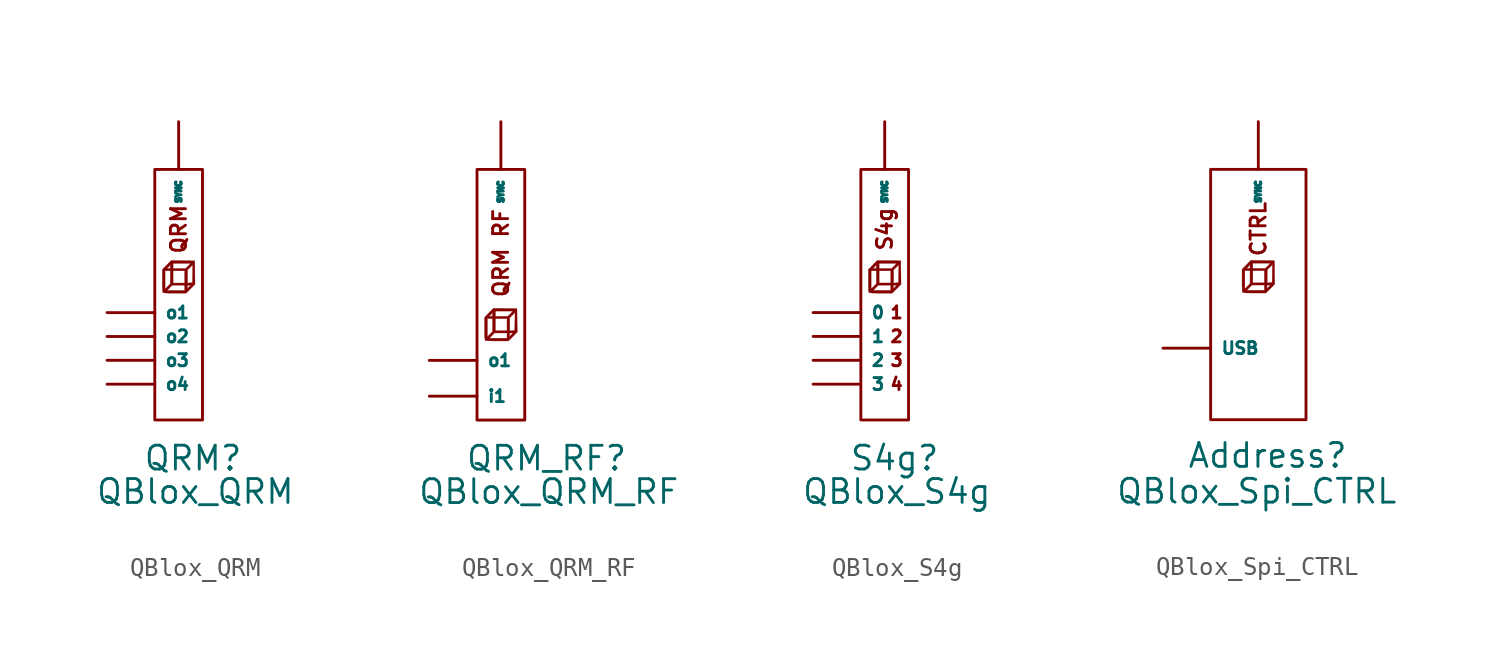
<source format=kicad_sym>
(kicad_symbol_lib
  (version 20220914)
  (generator kicad_symbol_editor)
  (symbol "QBlox_QRM"
    (property "Reference" "QRM"
      (at -1.905 -2.032 0)
      (effects (font (size 1.27 1.27)) (justify left)))
    (property "Value" "QBlox_QRM"
      (at -4.445 -3.81 0)
      (effects (font (size 1.27 1.27)) (justify left)))
    (symbol "QBlox_QRM_0_0"
      (rectangle (start -1.27 13.335) (end 1.27 0) (stroke (width 0) (type default)) (fill (type none)))
      (polyline (pts (xy 0.635 6.985) (xy 0.869 7.221) (xy 0.854 8.468) (xy -0.399 8.484) (xy -0.539 8.341) (xy -0.297 8.341) (xy 0.653 8.341) (xy 0.513 8.198) (xy 0.373 8.056) (xy -0.297 8.056) (xy -0.297 8.341) (xy -0.539 8.341) (xy -0.632 8.245) (xy -0.803 8.069) (xy -0.624 8.069) (xy -0.597 8.094) (xy -0.549 8.136) (xy -0.493 8.2) (xy -0.44 8.27) (xy -0.439 8.163) (xy -0.439 8.139) (xy -0.446 8.082) (xy -0.475 8.06) (xy -0.544 8.056) (xy -0.548 8.056) (xy -0.61 8.059) (xy -0.624 8.069) (xy -0.803 8.069) (xy -0.865 8.007) (xy -0.865 7.391) (xy -0.864 7.173) (xy -0.86 7.007) (xy -0.857 6.965) (xy -0.723 6.965) (xy -0.723 7.943) (xy -0.439 7.943) (xy -0.297 7.943) (xy 0.328 7.943) (xy 0.328 7.289) (xy -0.297 7.289) (xy -0.297 7.943) (xy -0.439 7.943) (xy -0.439 7.286) (xy 0.47 7.286) (xy 0.47 7.987) (xy 0.613 8.128) (xy 0.756 8.269) (xy 0.748 7.786) (xy 0.74 7.303) (xy 0.605 7.295) (xy 0.47 7.286) (xy -0.439 7.286) (xy -0.439 7.245) (xy -0.581 7.105) (xy -0.723 6.965) (xy -0.857 6.965) (xy -0.853 6.891) (xy -0.621 6.891) (xy -0.481 7.034) (xy -0.341 7.176) (xy 0.328 7.176) (xy 0.328 7.083) (xy 0.456 7.083) (xy 0.462 7.146) (xy 0.488 7.171) (xy 0.554 7.176) (xy 0.652 7.176) (xy 0.556 7.076) (xy 0.522 7.042) (xy 0.476 6.995) (xy 0.458 6.977) (xy 0.458 6.978) (xy 0.457 7.01) (xy 0.456 7.076) (xy 0.456 7.083) (xy 0.328 7.083) (xy 0.328 6.891) (xy -0.621 6.891) (xy -0.853 6.891) (xy -0.853 6.89) (xy -0.844 6.817) (xy -0.831 6.784) (xy -0.829 6.782) (xy -0.792 6.77) (xy -0.714 6.761) (xy -0.592 6.754) (xy -0.421 6.751) (xy -0.198 6.75) (xy 0.401 6.75) (xy 0.635 6.985)) (stroke (width 0.01) (type default)) (fill (type outline)))
      (text "QRM" (at 0 10.16 900) (effects (font (size 0.8 0.8)))))
    (symbol "QBlox_QRM_1_1"
      (pin bidirectional line (at 0 15.875 270) (length 2.54) (name "SYNC" (effects (font (size 0.3 0.3)))) (number "" (effects (font (size 1.27 1.27)))))
      (pin output line (at -3.81 5.715 0) (length 2.54) (name "o1" (effects (font (size 0.64 0.64)))) (number "" (effects (font (size 1.27 1.27)))))
      (pin output line (at -3.81 4.445 0) (length 2.54) (name "o2" (effects (font (size 0.64 0.64)))) (number "" (effects (font (size 1.27 1.27)))))
      (pin output line (at -3.81 3.175 0) (length 2.54) (name "o3" (effects (font (size 0.64 0.64)))) (number "" (effects (font (size 1.27 1.27)))))
      (pin output line (at -3.81 1.905 0) (length 2.54) (name "o4" (effects (font (size 0.64 0.64)))) (number "" (effects (font (size 1.27 1.27)))))))
  (symbol "QBlox_QRM_RF"
    (property "Reference" "QRM_RF"
      (at -1.905 -2.032 0)
      (effects (font (size 1.27 1.27)) (justify left)))
    (property "Value" "QBlox_QRM_RF"
      (at -4.445 -3.81 0)
      (effects (font (size 1.27 1.27)) (justify left)))
    (symbol "QBlox_QRM_RF_0_0"
      (rectangle (start -1.27 13.335) (end 1.27 0) (stroke (width 0) (type default)) (fill (type none)))
      (polyline (pts (xy 0.635 4.445) (xy 0.869 4.681) (xy 0.854 5.928) (xy -0.399 5.944) (xy -0.539 5.801) (xy -0.297 5.801) (xy 0.653 5.801) (xy 0.513 5.659) (xy 0.373 5.516) (xy -0.297 5.516) (xy -0.297 5.801) (xy -0.539 5.801) (xy -0.632 5.705) (xy -0.803 5.529) (xy -0.624 5.529) (xy -0.597 5.554) (xy -0.549 5.596) (xy -0.493 5.66) (xy -0.44 5.729) (xy -0.439 5.623) (xy -0.439 5.599) (xy -0.446 5.542) (xy -0.475 5.52) (xy -0.544 5.516) (xy -0.548 5.516) (xy -0.61 5.519) (xy -0.624 5.529) (xy -0.803 5.529) (xy -0.865 5.466) (xy -0.865 4.851) (xy -0.864 4.633) (xy -0.86 4.467) (xy -0.857 4.425) (xy -0.723 4.425) (xy -0.723 5.403) (xy -0.439 5.403) (xy -0.297 5.403) (xy 0.328 5.403) (xy 0.328 4.749) (xy -0.297 4.749) (xy -0.297 5.403) (xy -0.439 5.403) (xy -0.439 4.746) (xy 0.47 4.746) (xy 0.47 5.447) (xy 0.613 5.588) (xy 0.756 5.729) (xy 0.748 5.246) (xy 0.74 4.763) (xy 0.605 4.755) (xy 0.47 4.746) (xy -0.439 4.746) (xy -0.439 4.705) (xy -0.581 4.565) (xy -0.723 4.425) (xy -0.857 4.425) (xy -0.853 4.351) (xy -0.621 4.351) (xy -0.481 4.494) (xy -0.341 4.636) (xy 0.328 4.636) (xy 0.328 4.543) (xy 0.456 4.543) (xy 0.462 4.606) (xy 0.488 4.631) (xy 0.554 4.636) (xy 0.652 4.636) (xy 0.556 4.536) (xy 0.522 4.502) (xy 0.476 4.455) (xy 0.458 4.437) (xy 0.458 4.438) (xy 0.457 4.47) (xy 0.456 4.536) (xy 0.456 4.543) (xy 0.328 4.543) (xy 0.328 4.351) (xy -0.621 4.351) (xy -0.853 4.351) (xy -0.853 4.35) (xy -0.844 4.277) (xy -0.831 4.244) (xy -0.829 4.242) (xy -0.792 4.23) (xy -0.714 4.221) (xy -0.592 4.214) (xy -0.421 4.211) (xy -0.198 4.21) (xy 0.401 4.21) (xy 0.635 4.445)) (stroke (width 0.01) (type default)) (fill (type outline)))
      (text "QRM RF" (at 0 8.89 900) (effects (font (size 0.8 0.8)))))
    (symbol "QBlox_QRM_RF_1_1"
      (pin bidirectional line (at 0 15.875 270) (length 2.54) (name "SYNC" (effects (font (size 0.3 0.3)))) (number "" (effects (font (size 1.27 1.27)))))
      (pin output line (at -3.81 1.27 0) (length 2.54) (name "i1" (effects (font (size 0.64 0.64)))) (number "" (effects (font (size 1.27 1.27)))))
      (pin output line (at -3.81 3.175 0) (length 2.54) (name "o1" (effects (font (size 0.64 0.64)))) (number "" (effects (font (size 1.27 1.27)))))))
  (symbol "QBlox_S4g"
    (property "Reference" "S4g"
      (at -1.905 -2.032 0)
      (effects (font (size 1.27 1.27)) (justify left)))
    (property "Value" "QBlox_S4g"
      (at -4.445 -3.81 0)
      (effects (font (size 1.27 1.27)) (justify left)))
    (symbol "QBlox_S4g_0_0"
      (rectangle (start -1.27 13.335) (end 1.27 0) (stroke (width 0) (type default)) (fill (type none)))
      (polyline (pts (xy 0.635 6.985) (xy 0.869 7.221) (xy 0.854 8.468) (xy -0.399 8.484) (xy -0.539 8.341) (xy -0.297 8.341) (xy 0.653 8.341) (xy 0.513 8.198) (xy 0.373 8.056) (xy -0.297 8.056) (xy -0.297 8.341) (xy -0.539 8.341) (xy -0.632 8.245) (xy -0.803 8.069) (xy -0.624 8.069) (xy -0.597 8.094) (xy -0.549 8.136) (xy -0.493 8.2) (xy -0.44 8.27) (xy -0.439 8.163) (xy -0.439 8.139) (xy -0.446 8.082) (xy -0.475 8.06) (xy -0.544 8.056) (xy -0.548 8.056) (xy -0.61 8.059) (xy -0.624 8.069) (xy -0.803 8.069) (xy -0.865 8.007) (xy -0.865 7.391) (xy -0.864 7.173) (xy -0.86 7.007) (xy -0.857 6.965) (xy -0.723 6.965) (xy -0.723 7.943) (xy -0.439 7.943) (xy -0.297 7.943) (xy 0.328 7.943) (xy 0.328 7.289) (xy -0.297 7.289) (xy -0.297 7.943) (xy -0.439 7.943) (xy -0.439 7.286) (xy 0.47 7.286) (xy 0.47 7.987) (xy 0.613 8.128) (xy 0.756 8.269) (xy 0.748 7.786) (xy 0.74 7.303) (xy 0.605 7.295) (xy 0.47 7.286) (xy -0.439 7.286) (xy -0.439 7.245) (xy -0.581 7.105) (xy -0.723 6.965) (xy -0.857 6.965) (xy -0.853 6.891) (xy -0.621 6.891) (xy -0.481 7.034) (xy -0.341 7.176) (xy 0.328 7.176) (xy 0.328 7.083) (xy 0.456 7.083) (xy 0.462 7.146) (xy 0.488 7.171) (xy 0.554 7.176) (xy 0.652 7.176) (xy 0.556 7.076) (xy 0.522 7.042) (xy 0.476 6.995) (xy 0.458 6.977) (xy 0.458 6.978) (xy 0.457 7.01) (xy 0.456 7.076) (xy 0.456 7.083) (xy 0.328 7.083) (xy 0.328 6.891) (xy -0.621 6.891) (xy -0.853 6.891) (xy -0.853 6.89) (xy -0.844 6.817) (xy -0.831 6.784) (xy -0.829 6.782) (xy -0.792 6.77) (xy -0.714 6.761) (xy -0.592 6.754) (xy -0.421 6.751) (xy -0.198 6.75) (xy 0.401 6.75) (xy 0.635 6.985)) (stroke (width 0.01) (type default)) (fill (type outline)))
      (text "1" (at 0.635 5.715 0) (effects (font (size 0.64 0.64))))
      (text "2" (at 0.635 4.445 0) (effects (font (size 0.64 0.64))))
      (text "3" (at 0.635 3.175 0) (effects (font (size 0.64 0.64))))
      (text "4" (at 0.635 1.905 0) (effects (font (size 0.64 0.64))))
      (text "S4g" (at 0 10.16 900) (effects (font (size 0.8 0.8)))))
    (symbol "QBlox_S4g_1_1"
      (pin output line (at -3.81 5.715 0) (length 2.54) (name "0" (effects (font (size 0.64 0.64)))) (number "" (effects (font (size 1.27 1.27)))))
      (pin output line (at -3.81 4.445 0) (length 2.54) (name "1" (effects (font (size 0.64 0.64)))) (number "" (effects (font (size 1.27 1.27)))))
      (pin output line (at -3.81 3.175 0) (length 2.54) (name "2" (effects (font (size 0.64 0.64)))) (number "" (effects (font (size 1.27 1.27)))))
      (pin output line (at -3.81 1.905 0) (length 2.54) (name "3" (effects (font (size 0.64 0.64)))) (number "" (effects (font (size 1.27 1.27)))))
      (pin bidirectional line (at 0 15.875 270) (length 2.54) (name "SYNC" (effects (font (size 0.3 0.3)))) (number "" (effects (font (size 1.27 1.27)))))))
  (symbol "QBlox_Spi_CTRL"
    (property "Reference" "Address"
      (at -2.54 -1.905 0)
      (effects (font (size 1.27 1.27)) (justify left)))
    (property "Value" "QBlox_Spi_CTRL"
      (at -6.35 -3.81 0)
      (effects (font (size 1.27 1.27)) (justify left)))
    (symbol "QBlox_Spi_CTRL_0_0"
      (rectangle (start -1.27 13.335) (end 3.81 0) (stroke (width 0) (type default)) (fill (type none)))
      (polyline (pts (xy 1.905 6.985) (xy 2.139 7.221) (xy 2.124 8.468) (xy 0.871 8.484) (xy 0.731 8.341) (xy 0.973 8.341) (xy 1.923 8.341) (xy 1.783 8.198) (xy 1.643 8.056) (xy 0.973 8.056) (xy 0.973 8.341) (xy 0.731 8.341) (xy 0.638 8.245) (xy 0.467 8.069) (xy 0.646 8.069) (xy 0.673 8.094) (xy 0.721 8.136) (xy 0.777 8.2) (xy 0.83 8.27) (xy 0.831 8.163) (xy 0.831 8.139) (xy 0.824 8.082) (xy 0.795 8.06) (xy 0.726 8.056) (xy 0.722 8.056) (xy 0.66 8.059) (xy 0.646 8.069) (xy 0.467 8.069) (xy 0.405 8.007) (xy 0.405 7.391) (xy 0.406 7.173) (xy 0.41 7.007) (xy 0.413 6.965) (xy 0.547 6.965) (xy 0.547 7.943) (xy 0.831 7.943) (xy 0.973 7.943) (xy 1.598 7.943) (xy 1.598 7.289) (xy 0.973 7.289) (xy 0.973 7.943) (xy 0.831 7.943) (xy 0.831 7.286) (xy 1.74 7.286) (xy 1.74 7.987) (xy 1.883 8.128) (xy 2.026 8.269) (xy 2.018 7.786) (xy 2.01 7.303) (xy 1.875 7.295) (xy 1.74 7.286) (xy 0.831 7.286) (xy 0.831 7.245) (xy 0.689 7.105) (xy 0.547 6.965) (xy 0.413 6.965) (xy 0.417 6.891) (xy 0.649 6.891) (xy 0.789 7.034) (xy 0.929 7.176) (xy 1.598 7.176) (xy 1.598 7.083) (xy 1.726 7.083) (xy 1.732 7.146) (xy 1.758 7.171) (xy 1.824 7.176) (xy 1.922 7.176) (xy 1.826 7.076) (xy 1.792 7.042) (xy 1.746 6.995) (xy 1.728 6.977) (xy 1.728 6.978) (xy 1.727 7.01) (xy 1.726 7.076) (xy 1.726 7.083) (xy 1.598 7.083) (xy 1.598 6.891) (xy 0.649 6.891) (xy 0.417 6.891) (xy 0.417 6.89) (xy 0.426 6.817) (xy 0.439 6.784) (xy 0.441 6.782) (xy 0.478 6.77) (xy 0.556 6.761) (xy 0.678 6.754) (xy 0.849 6.751) (xy 1.072 6.75) (xy 1.671 6.75) (xy 1.905 6.985)) (stroke (width 0.01) (type default)) (fill (type outline)))
      (text "CTRL" (at 1.27 10.16 900) (effects (font (size 0.8 0.8)))))
    (symbol "QBlox_Spi_CTRL_1_1"
      (pin bidirectional line (at 1.27 15.875 270) (length 2.54) (name "SYNC" (effects (font (size 0.3 0.3)))) (number "" (effects (font (size 1.27 1.27)))))
      (pin output line (at -3.81 3.81 0) (length 2.54) (name "USB" (effects (font (size 0.64 0.64)))) (number "" (effects (font (size 1.27 1.27))))))))
</source>
